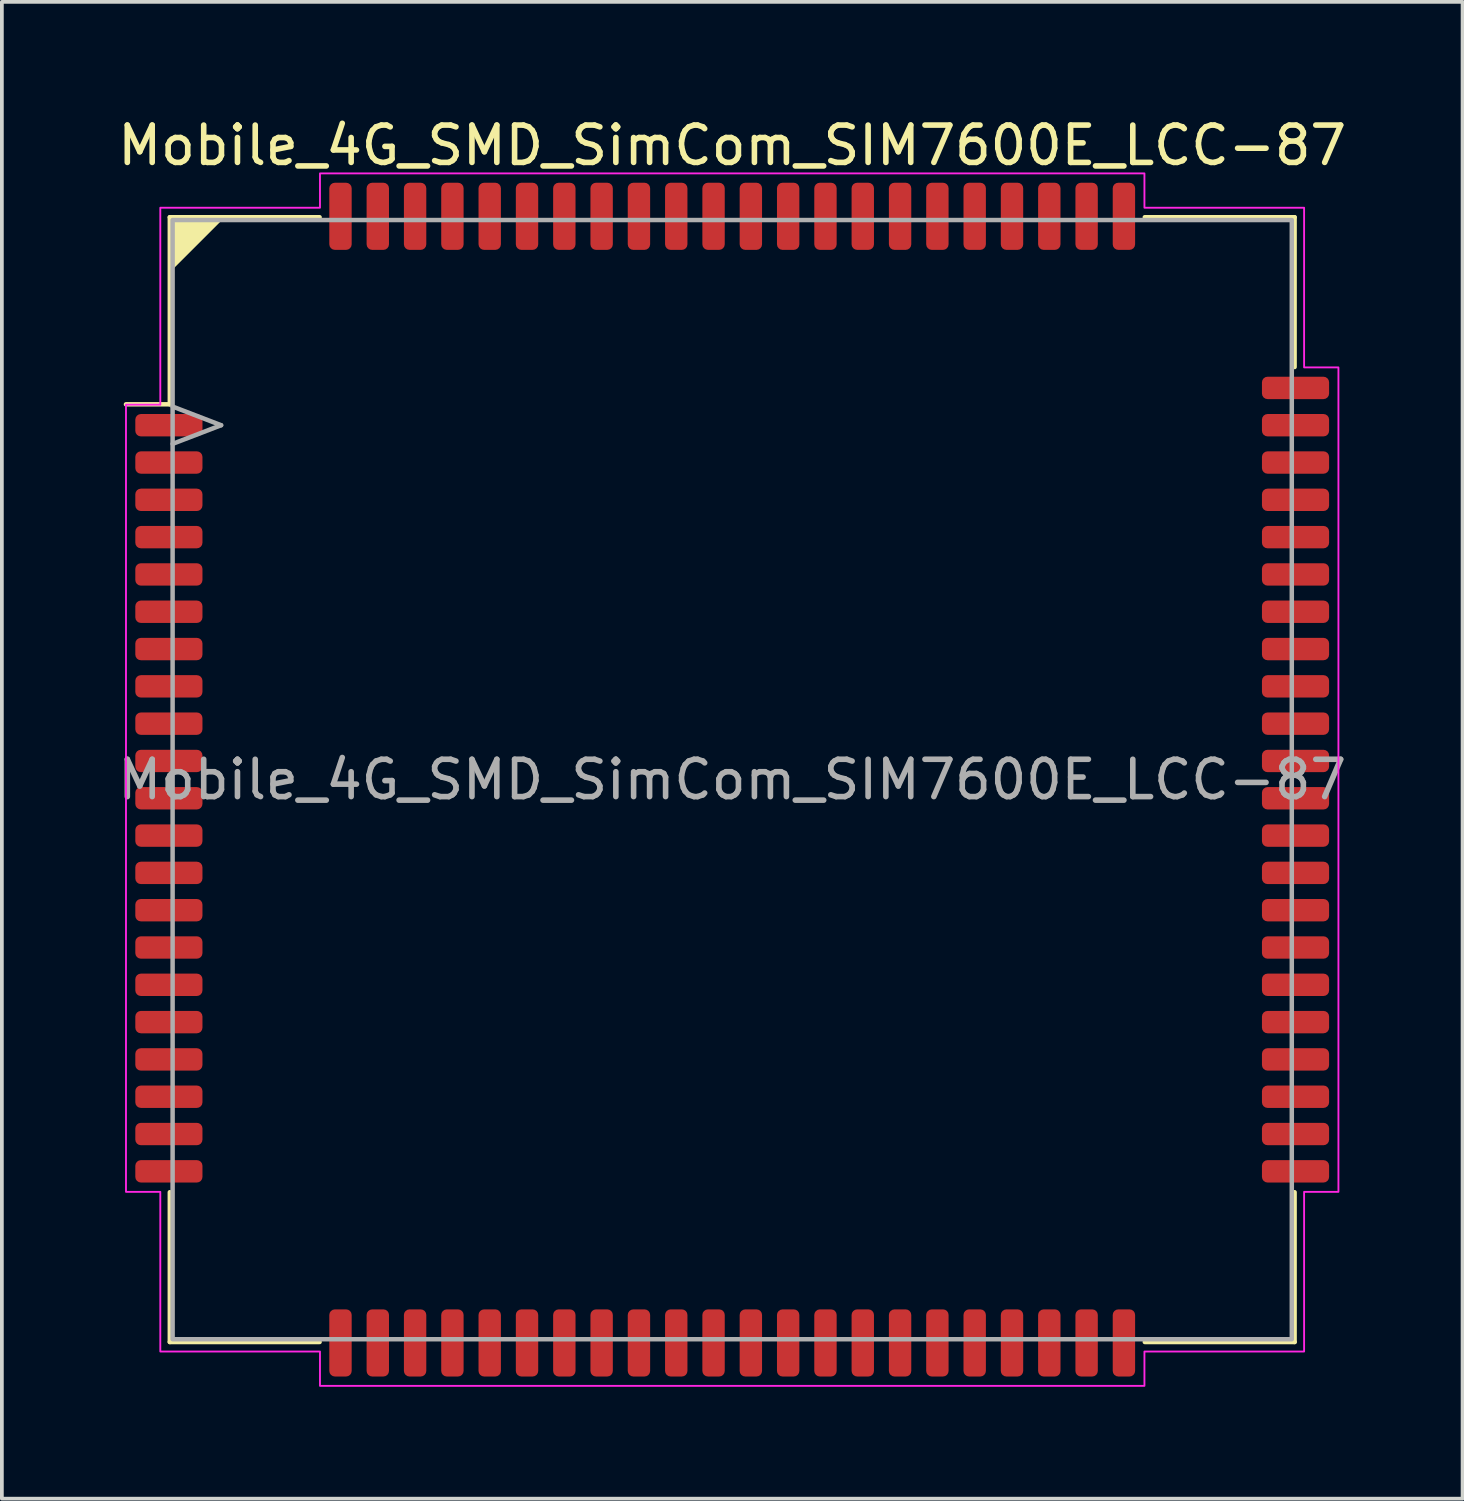
<source format=kicad_pcb>
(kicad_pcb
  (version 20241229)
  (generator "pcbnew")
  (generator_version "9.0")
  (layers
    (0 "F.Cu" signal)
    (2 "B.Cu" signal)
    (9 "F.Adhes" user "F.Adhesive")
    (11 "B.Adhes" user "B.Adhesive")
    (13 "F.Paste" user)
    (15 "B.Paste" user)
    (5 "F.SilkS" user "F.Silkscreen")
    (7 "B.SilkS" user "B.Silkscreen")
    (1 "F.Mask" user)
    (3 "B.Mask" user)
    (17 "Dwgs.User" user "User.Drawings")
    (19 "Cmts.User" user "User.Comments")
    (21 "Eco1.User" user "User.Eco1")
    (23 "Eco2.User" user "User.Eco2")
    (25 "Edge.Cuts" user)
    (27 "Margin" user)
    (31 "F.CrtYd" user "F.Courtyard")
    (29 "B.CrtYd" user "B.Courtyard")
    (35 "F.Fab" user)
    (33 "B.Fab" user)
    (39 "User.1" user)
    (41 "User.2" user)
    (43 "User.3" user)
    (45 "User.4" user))
  (footprint "Mobile_4G_SMD_SimCom_SIM7600E_LCC-87"
    (layer "F.Cu")
    (at 16.577 17.848)
    (property "Reference" "Mobile_4G_SMD_SimCom_SIM7600E_LCC-87" (at 0 -17 0) (layer "F.SilkS") (effects (font (size 1 1) (thickness 0.15))))
    (attr smd)
    (fp_line (start -16.25 -10.06) (end -15.075 -10.06) (stroke (width 0.12) (type default)) (layer "F.SilkS"))
    (fp_line (start -15.075 -15.075) (end -15.075 -10.06) (stroke (width 0.12) (type default)) (layer "F.SilkS"))
    (fp_line (start -15.075 -15.075) (end -11.06 -15.075) (stroke (width 0.12) (type default)) (layer "F.SilkS"))
    (fp_line (start -15.075 15.075) (end -15.075 11.06) (stroke (width 0.12) (type default)) (layer "F.SilkS"))
    (fp_line (start -15.075 15.075) (end -11.06 15.075) (stroke (width 0.12) (type default)) (layer "F.SilkS"))
    (fp_line (start 15.075 -15.075) (end 11.06 -15.075) (stroke (width 0.12) (type default)) (layer "F.SilkS"))
    (fp_line (start 15.075 -15.075) (end 15.075 -11.06) (stroke (width 0.12) (type default)) (layer "F.SilkS"))
    (fp_line (start 15.075 15.075) (end 11.06 15.075) (stroke (width 0.12) (type default)) (layer "F.SilkS"))
    (fp_line (start 15.075 15.075) (end 15.075 11.06) (stroke (width 0.12) (type default)) (layer "F.SilkS"))
    (fp_poly (pts (xy -15.075 -13.6) (xy -13.6 -15.075) (xy -15.075 -15.075)) (stroke (width 0) (type solid)) (fill yes) (layer "F.SilkS"))
    (fp_poly (pts (xy 11.05 -15.33) (xy 15.33 -15.33) (xy 15.33 -11.05) (xy 16.25 -11.05) (xy 16.25 11.05) (xy 15.33 11.05) (xy 15.33 15.33) (xy 11.05 15.33) (xy 11.05 16.25) (xy -11.05 16.25) (xy -11.05 15.33) (xy -15.33 15.33) (xy -15.33 11.05) (xy -16.25 11.05) (xy -16.25 -10.05) (xy -15.33 -10.05) (xy -15.33 -15.33) (xy -11.05 -15.33) (xy -11.05 -16.25) (xy 11.05 -16.25)) (stroke (width 0.05) (type default)) (fill no) (layer "F.CrtYd"))
    (fp_line (start -15 -10) (end -13.7 -9.5) (stroke (width 0.12) (type default)) (layer "F.Fab"))
    (fp_line (start -13.7 -9.5) (end -15 -9) (stroke (width 0.12) (type default)) (layer "F.Fab"))
    (fp_rect (start -15 -15) (end 15 15) (stroke (width 0.12) (type default)) (fill no) (layer "F.Fab"))
    (fp_text user "${REFERENCE}" (at 0 0 0) (layer "F.Fab") (effects (font (size 1 1) (thickness 0.15))))
    (pad "1" smd roundrect (at -15.1 -9.5) (size 1.8 0.6) (layers "F.Cu" "F.Mask" "F.Paste") (roundrect_rratio 0.25))
    (pad "2" smd roundrect (at -15.1 -8.5) (size 1.8 0.6) (layers "F.Cu" "F.Mask" "F.Paste") (roundrect_rratio 0.25))
    (pad "3" smd roundrect (at -15.1 -7.5) (size 1.8 0.6) (layers "F.Cu" "F.Mask" "F.Paste") (roundrect_rratio 0.25))
    (pad "4" smd roundrect (at -15.1 -6.5) (size 1.8 0.6) (layers "F.Cu" "F.Mask" "F.Paste") (roundrect_rratio 0.25))
    (pad "5" smd roundrect (at -15.1 -5.5) (size 1.8 0.6) (layers "F.Cu" "F.Mask" "F.Paste") (roundrect_rratio 0.25))
    (pad "6" smd roundrect (at -15.1 -4.5) (size 1.8 0.6) (layers "F.Cu" "F.Mask" "F.Paste") (roundrect_rratio 0.25))
    (pad "7" smd roundrect (at -15.1 -3.5) (size 1.8 0.6) (layers "F.Cu" "F.Mask" "F.Paste") (roundrect_rratio 0.25))
    (pad "8" smd roundrect (at -15.1 -2.5) (size 1.8 0.6) (layers "F.Cu" "F.Mask" "F.Paste") (roundrect_rratio 0.25))
    (pad "9" smd roundrect (at -15.1 -1.5) (size 1.8 0.6) (layers "F.Cu" "F.Mask" "F.Paste") (roundrect_rratio 0.25))
    (pad "10" smd roundrect (at -15.1 -0.5) (size 1.8 0.6) (layers "F.Cu" "F.Mask" "F.Paste") (roundrect_rratio 0.25))
    (pad "11" smd roundrect (at -15.1 0.5) (size 1.8 0.6) (layers "F.Cu" "F.Mask" "F.Paste") (roundrect_rratio 0.25))
    (pad "12" smd roundrect (at -15.1 1.5) (size 1.8 0.6) (layers "F.Cu" "F.Mask" "F.Paste") (roundrect_rratio 0.25))
    (pad "13" smd roundrect (at -15.1 2.5) (size 1.8 0.6) (layers "F.Cu" "F.Mask" "F.Paste") (roundrect_rratio 0.25))
    (pad "14" smd roundrect (at -15.1 3.5) (size 1.8 0.6) (layers "F.Cu" "F.Mask" "F.Paste") (roundrect_rratio 0.25))
    (pad "15" smd roundrect (at -15.1 4.5) (size 1.8 0.6) (layers "F.Cu" "F.Mask" "F.Paste") (roundrect_rratio 0.25))
    (pad "16" smd roundrect (at -15.1 5.5) (size 1.8 0.6) (layers "F.Cu" "F.Mask" "F.Paste") (roundrect_rratio 0.25))
    (pad "17" smd roundrect (at -15.1 6.5) (size 1.8 0.6) (layers "F.Cu" "F.Mask" "F.Paste") (roundrect_rratio 0.25))
    (pad "18" smd roundrect (at -15.1 7.5) (size 1.8 0.6) (layers "F.Cu" "F.Mask" "F.Paste") (roundrect_rratio 0.25))
    (pad "19" smd roundrect (at -15.1 8.5) (size 1.8 0.6) (layers "F.Cu" "F.Mask" "F.Paste") (roundrect_rratio 0.25))
    (pad "20" smd roundrect (at -15.1 9.5) (size 1.8 0.6) (layers "F.Cu" "F.Mask" "F.Paste") (roundrect_rratio 0.25))
    (pad "21" smd roundrect (at -9.5 15.1 90) (size 1.8 0.6) (layers "F.Cu" "F.Mask" "F.Paste") (roundrect_rratio 0.25))
    (pad "22" smd roundrect (at -8.5 15.1 90) (size 1.8 0.6) (layers "F.Cu" "F.Mask" "F.Paste") (roundrect_rratio 0.25))
    (pad "23" smd roundrect (at -7.5 15.1 90) (size 1.8 0.6) (layers "F.Cu" "F.Mask" "F.Paste") (roundrect_rratio 0.25))
    (pad "24" smd roundrect (at -6.5 15.1 90) (size 1.8 0.6) (layers "F.Cu" "F.Mask" "F.Paste") (roundrect_rratio 0.25))
    (pad "25" smd roundrect (at -5.5 15.1 90) (size 1.8 0.6) (layers "F.Cu" "F.Mask" "F.Paste") (roundrect_rratio 0.25))
    (pad "26" smd roundrect (at -4.5 15.1 90) (size 1.8 0.6) (layers "F.Cu" "F.Mask" "F.Paste") (roundrect_rratio 0.25))
    (pad "27" smd roundrect (at -3.5 15.1 90) (size 1.8 0.6) (layers "F.Cu" "F.Mask" "F.Paste") (roundrect_rratio 0.25))
    (pad "28" smd roundrect (at -2.5 15.1 90) (size 1.8 0.6) (layers "F.Cu" "F.Mask" "F.Paste") (roundrect_rratio 0.25))
    (pad "29" smd roundrect (at -1.5 15.1 90) (size 1.8 0.6) (layers "F.Cu" "F.Mask" "F.Paste") (roundrect_rratio 0.25))
    (pad "30" smd roundrect (at -0.5 15.1 90) (size 1.8 0.6) (layers "F.Cu" "F.Mask" "F.Paste") (roundrect_rratio 0.25))
    (pad "31" smd roundrect (at 0.5 15.1 90) (size 1.8 0.6) (layers "F.Cu" "F.Mask" "F.Paste") (roundrect_rratio 0.25))
    (pad "32" smd roundrect (at 1.5 15.1 90) (size 1.8 0.6) (layers "F.Cu" "F.Mask" "F.Paste") (roundrect_rratio 0.25))
    (pad "33" smd roundrect (at 2.5 15.1 90) (size 1.8 0.6) (layers "F.Cu" "F.Mask" "F.Paste") (roundrect_rratio 0.25))
    (pad "34" smd roundrect (at 3.5 15.1 90) (size 1.8 0.6) (layers "F.Cu" "F.Mask" "F.Paste") (roundrect_rratio 0.25))
    (pad "35" smd roundrect (at 4.5 15.1 90) (size 1.8 0.6) (layers "F.Cu" "F.Mask" "F.Paste") (roundrect_rratio 0.25))
    (pad "36" smd roundrect (at 5.5 15.1 90) (size 1.8 0.6) (layers "F.Cu" "F.Mask" "F.Paste") (roundrect_rratio 0.25))
    (pad "37" smd roundrect (at 6.5 15.1 90) (size 1.8 0.6) (layers "F.Cu" "F.Mask" "F.Paste") (roundrect_rratio 0.25))
    (pad "38" smd roundrect (at 7.5 15.1 90) (size 1.8 0.6) (layers "F.Cu" "F.Mask" "F.Paste") (roundrect_rratio 0.25))
    (pad "39" smd roundrect (at 8.5 15.1 90) (size 1.8 0.6) (layers "F.Cu" "F.Mask" "F.Paste") (roundrect_rratio 0.25))
    (pad "40" smd roundrect (at 9.5 15.1 90) (size 1.8 0.6) (layers "F.Cu" "F.Mask" "F.Paste") (roundrect_rratio 0.25))
    (pad "41" smd roundrect (at 15.1 9.5) (size 1.8 0.6) (layers "F.Cu" "F.Mask" "F.Paste") (roundrect_rratio 0.25))
    (pad "42" smd roundrect (at 15.1 8.5) (size 1.8 0.6) (layers "F.Cu" "F.Mask" "F.Paste") (roundrect_rratio 0.25))
    (pad "43" smd roundrect (at 15.1 7.5) (size 1.8 0.6) (layers "F.Cu" "F.Mask" "F.Paste") (roundrect_rratio 0.25))
    (pad "44" smd roundrect (at 15.1 6.5) (size 1.8 0.6) (layers "F.Cu" "F.Mask" "F.Paste") (roundrect_rratio 0.25))
    (pad "45" smd roundrect (at 15.1 5.5) (size 1.8 0.6) (layers "F.Cu" "F.Mask" "F.Paste") (roundrect_rratio 0.25))
    (pad "46" smd roundrect (at 15.1 4.5) (size 1.8 0.6) (layers "F.Cu" "F.Mask" "F.Paste") (roundrect_rratio 0.25))
    (pad "47" smd roundrect (at 15.1 3.5) (size 1.8 0.6) (layers "F.Cu" "F.Mask" "F.Paste") (roundrect_rratio 0.25))
    (pad "48" smd roundrect (at 15.1 2.5) (size 1.8 0.6) (layers "F.Cu" "F.Mask" "F.Paste") (roundrect_rratio 0.25))
    (pad "49" smd roundrect (at 15.1 1.5) (size 1.8 0.6) (layers "F.Cu" "F.Mask" "F.Paste") (roundrect_rratio 0.25))
    (pad "50" smd roundrect (at 15.1 0.5) (size 1.8 0.6) (layers "F.Cu" "F.Mask" "F.Paste") (roundrect_rratio 0.25))
    (pad "51" smd roundrect (at 15.1 -0.5) (size 1.8 0.6) (layers "F.Cu" "F.Mask" "F.Paste") (roundrect_rratio 0.25))
    (pad "52" smd roundrect (at 15.1 -1.5) (size 1.8 0.6) (layers "F.Cu" "F.Mask" "F.Paste") (roundrect_rratio 0.25))
    (pad "53" smd roundrect (at 15.1 -2.5) (size 1.8 0.6) (layers "F.Cu" "F.Mask" "F.Paste") (roundrect_rratio 0.25))
    (pad "54" smd roundrect (at 15.1 -3.5) (size 1.8 0.6) (layers "F.Cu" "F.Mask" "F.Paste") (roundrect_rratio 0.25))
    (pad "55" smd roundrect (at 15.1 -4.5) (size 1.8 0.6) (layers "F.Cu" "F.Mask" "F.Paste") (roundrect_rratio 0.25))
    (pad "56" smd roundrect (at 15.1 -5.5) (size 1.8 0.6) (layers "F.Cu" "F.Mask" "F.Paste") (roundrect_rratio 0.25))
    (pad "57" smd roundrect (at 15.1 -6.5) (size 1.8 0.6) (layers "F.Cu" "F.Mask" "F.Paste") (roundrect_rratio 0.25))
    (pad "58" smd roundrect (at 15.1 -7.5) (size 1.8 0.6) (layers "F.Cu" "F.Mask" "F.Paste") (roundrect_rratio 0.25))
    (pad "59" smd roundrect (at 15.1 -8.5) (size 1.8 0.6) (layers "F.Cu" "F.Mask" "F.Paste") (roundrect_rratio 0.25))
    (pad "60" smd roundrect (at 15.1 -9.5) (size 1.8 0.6) (layers "F.Cu" "F.Mask" "F.Paste") (roundrect_rratio 0.25))
    (pad "61" smd roundrect (at 9.5 -15.1 90) (size 1.8 0.6) (layers "F.Cu" "F.Mask" "F.Paste") (roundrect_rratio 0.25))
    (pad "62" smd roundrect (at 8.5 -15.1 90) (size 1.8 0.6) (layers "F.Cu" "F.Mask" "F.Paste") (roundrect_rratio 0.25))
    (pad "63" smd roundrect (at 7.5 -15.1 90) (size 1.8 0.6) (layers "F.Cu" "F.Mask" "F.Paste") (roundrect_rratio 0.25))
    (pad "64" smd roundrect (at 6.5 -15.1 90) (size 1.8 0.6) (layers "F.Cu" "F.Mask" "F.Paste") (roundrect_rratio 0.25))
    (pad "65" smd roundrect (at 5.5 -15.1 90) (size 1.8 0.6) (layers "F.Cu" "F.Mask" "F.Paste") (roundrect_rratio 0.25))
    (pad "66" smd roundrect (at 4.5 -15.1 90) (size 1.8 0.6) (layers "F.Cu" "F.Mask" "F.Paste") (roundrect_rratio 0.25))
    (pad "67" smd roundrect (at 3.5 -15.1 90) (size 1.8 0.6) (layers "F.Cu" "F.Mask" "F.Paste") (roundrect_rratio 0.25))
    (pad "68" smd roundrect (at 2.5 -15.1 90) (size 1.8 0.6) (layers "F.Cu" "F.Mask" "F.Paste") (roundrect_rratio 0.25))
    (pad "69" smd roundrect (at 1.5 -15.1 90) (size 1.8 0.6) (layers "F.Cu" "F.Mask" "F.Paste") (roundrect_rratio 0.25))
    (pad "70" smd roundrect (at 0.5 -15.1 90) (size 1.8 0.6) (layers "F.Cu" "F.Mask" "F.Paste") (roundrect_rratio 0.25))
    (pad "71" smd roundrect (at -0.5 -15.1 90) (size 1.8 0.6) (layers "F.Cu" "F.Mask" "F.Paste") (roundrect_rratio 0.25))
    (pad "72" smd roundrect (at -1.5 -15.1 90) (size 1.8 0.6) (layers "F.Cu" "F.Mask" "F.Paste") (roundrect_rratio 0.25))
    (pad "73" smd roundrect (at -2.5 -15.1 90) (size 1.8 0.6) (layers "F.Cu" "F.Mask" "F.Paste") (roundrect_rratio 0.25))
    (pad "74" smd roundrect (at -3.5 -15.1 90) (size 1.8 0.6) (layers "F.Cu" "F.Mask" "F.Paste") (roundrect_rratio 0.25))
    (pad "75" smd roundrect (at -4.5 -15.1 90) (size 1.8 0.6) (layers "F.Cu" "F.Mask" "F.Paste") (roundrect_rratio 0.25))
    (pad "76" smd roundrect (at -5.5 -15.1 90) (size 1.8 0.6) (layers "F.Cu" "F.Mask" "F.Paste") (roundrect_rratio 0.25))
    (pad "77" smd roundrect (at -6.5 -15.1 90) (size 1.8 0.6) (layers "F.Cu" "F.Mask" "F.Paste") (roundrect_rratio 0.25))
    (pad "78" smd roundrect (at -7.5 -15.1 90) (size 1.8 0.6) (layers "F.Cu" "F.Mask" "F.Paste") (roundrect_rratio 0.25))
    (pad "79" smd roundrect (at -8.5 -15.1 90) (size 1.8 0.6) (layers "F.Cu" "F.Mask" "F.Paste") (roundrect_rratio 0.25))
    (pad "80" smd roundrect (at -9.5 -15.1 90) (size 1.8 0.6) (layers "F.Cu" "F.Mask" "F.Paste") (roundrect_rratio 0.25))
    (pad "81" smd roundrect (at -15.1 10.5) (size 1.8 0.6) (layers "F.Cu" "F.Mask" "F.Paste") (roundrect_rratio 0.25))
    (pad "82" smd roundrect (at 15.1 10.5) (size 1.8 0.6) (layers "F.Cu" "F.Mask" "F.Paste") (roundrect_rratio 0.25))
    (pad "83" smd roundrect (at 10.5 15.1 90) (size 1.8 0.6) (layers "F.Cu" "F.Mask" "F.Paste") (roundrect_rratio 0.25))
    (pad "84" smd roundrect (at -10.5 15.1 90) (size 1.8 0.6) (layers "F.Cu" "F.Mask" "F.Paste") (roundrect_rratio 0.25))
    (pad "85" smd roundrect (at 15.1 -10.5) (size 1.8 0.6) (layers "F.Cu" "F.Mask" "F.Paste") (roundrect_rratio 0.25))
    (pad "86" smd roundrect (at -10.5 -15.1 90) (size 1.8 0.6) (layers "F.Cu" "F.Mask" "F.Paste") (roundrect_rratio 0.25))
    (pad "87" smd roundrect (at 10.5 -15.1 90) (size 1.8 0.6) (layers "F.Cu" "F.Mask" "F.Paste") (roundrect_rratio 0.25))
    (zone (net_name "") (layers "F.Cu" "F.Fab") (hatch edge 0.5) (connect_pads) (min_thickness 0.25) (filled_areas_thickness no) (keepout (tracks not_allowed) (vias not_allowed) (pads not_allowed) (copperpour not_allowed) (footprints allowed)) (placement (enabled no)) (fill) (polygon (pts (xy 2.777 7.148) (xy 5.177 7.148) (xy 5.177 9.548) (xy 2.777 9.548)))))
  (gr_rect
    (start -3 -3)
    (end 36.155 37.123)
    (stroke (width 0.1) (type default))
    (fill no)
    (layer "Edge.Cuts")))
</source>
